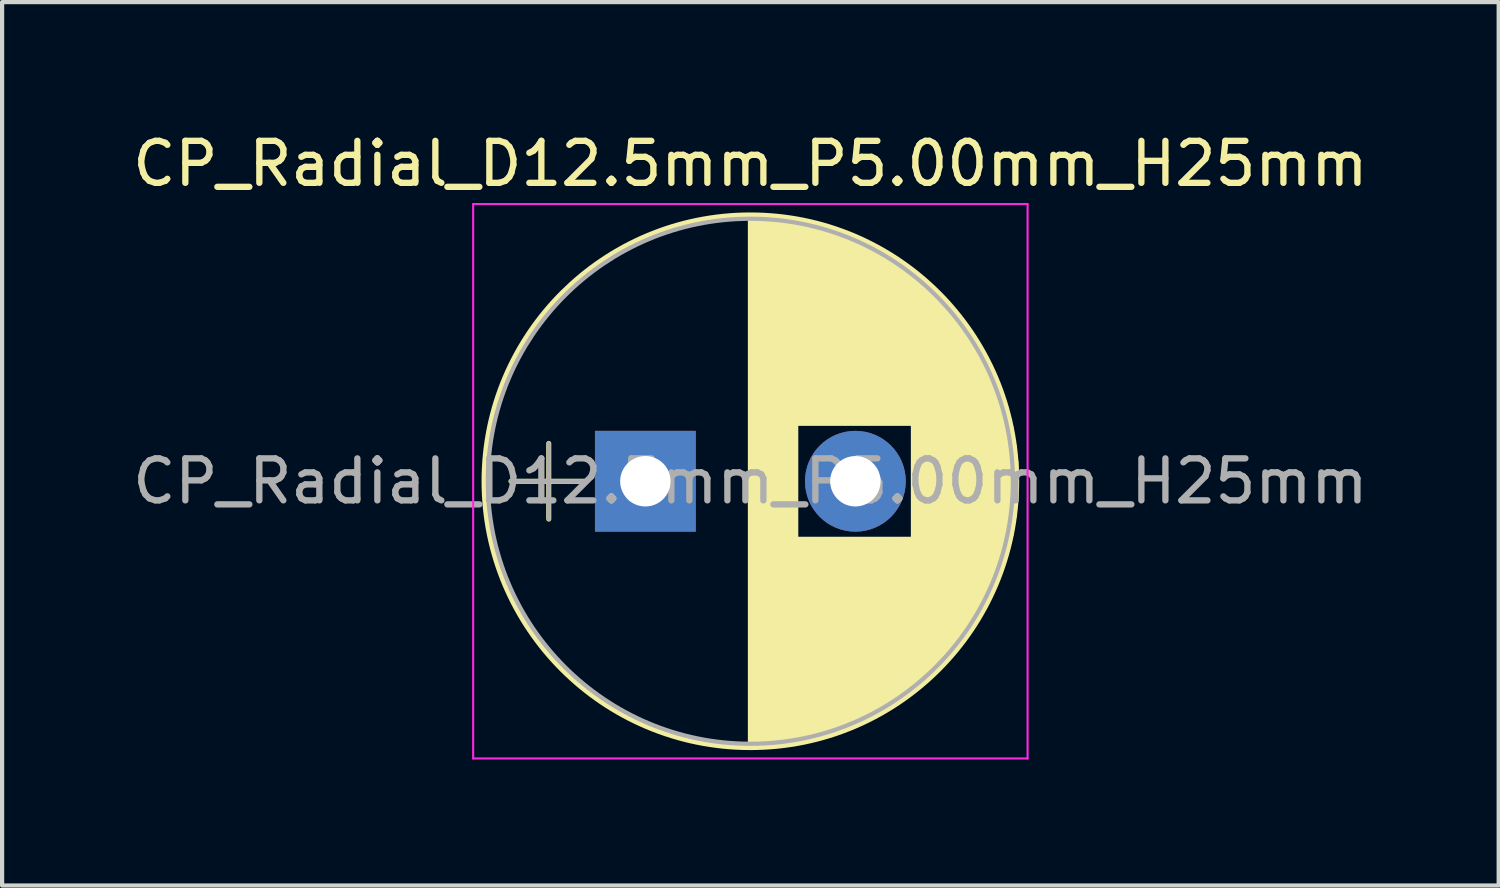
<source format=kicad_pcb>
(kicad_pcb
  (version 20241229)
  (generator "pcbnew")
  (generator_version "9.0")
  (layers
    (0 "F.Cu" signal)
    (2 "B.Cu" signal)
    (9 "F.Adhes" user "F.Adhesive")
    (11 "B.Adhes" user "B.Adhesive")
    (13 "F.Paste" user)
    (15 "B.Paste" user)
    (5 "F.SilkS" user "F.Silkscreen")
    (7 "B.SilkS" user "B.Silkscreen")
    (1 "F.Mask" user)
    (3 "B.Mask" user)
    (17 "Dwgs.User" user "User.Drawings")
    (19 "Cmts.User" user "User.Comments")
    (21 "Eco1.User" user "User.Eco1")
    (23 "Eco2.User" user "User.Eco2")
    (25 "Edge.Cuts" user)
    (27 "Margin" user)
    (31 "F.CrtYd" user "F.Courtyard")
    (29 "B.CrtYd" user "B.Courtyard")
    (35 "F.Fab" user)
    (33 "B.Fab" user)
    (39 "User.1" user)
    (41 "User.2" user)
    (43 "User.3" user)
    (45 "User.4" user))
  (footprint "CP_Radial_D12.5mm_P5.00mm_H25mm"
    (layer "F.Cu")
    (at 12.315 8.408)
    (property "Reference" "CP_Radial_D12.5mm_P5.00mm_H25mm" (at 2.5 -7.56 0) (layer "F.SilkS") (effects (font (size 1 1) (thickness 0.15))))
    (attr through_hole)
    (fp_line (start -3.2 0) (end -1.4 0) (stroke (width 0.12) (type solid)) (layer "F.SilkS"))
    (fp_line (start -2.3 -0.9) (end -2.3 0.9) (stroke (width 0.12) (type solid)) (layer "F.SilkS"))
    (fp_line (start 2.5 -6.3) (end 2.5 6.3) (stroke (width 0.12) (type solid)) (layer "F.SilkS"))
    (fp_line (start 2.54 -6.3) (end 2.54 6.3) (stroke (width 0.12) (type solid)) (layer "F.SilkS"))
    (fp_line (start 2.58 -6.3) (end 2.58 6.3) (stroke (width 0.12) (type solid)) (layer "F.SilkS"))
    (fp_line (start 2.62 -6.299) (end 2.62 6.299) (stroke (width 0.12) (type solid)) (layer "F.SilkS"))
    (fp_line (start 2.66 -6.298) (end 2.66 6.298) (stroke (width 0.12) (type solid)) (layer "F.SilkS"))
    (fp_line (start 2.7 -6.297) (end 2.7 6.297) (stroke (width 0.12) (type solid)) (layer "F.SilkS"))
    (fp_line (start 2.74 -6.296) (end 2.74 6.296) (stroke (width 0.12) (type solid)) (layer "F.SilkS"))
    (fp_line (start 2.78 -6.294) (end 2.78 6.294) (stroke (width 0.12) (type solid)) (layer "F.SilkS"))
    (fp_line (start 2.82 -6.292) (end 2.82 6.292) (stroke (width 0.12) (type solid)) (layer "F.SilkS"))
    (fp_line (start 2.86 -6.29) (end 2.86 6.29) (stroke (width 0.12) (type solid)) (layer "F.SilkS"))
    (fp_line (start 2.9 -6.288) (end 2.9 6.288) (stroke (width 0.12) (type solid)) (layer "F.SilkS"))
    (fp_line (start 2.94 -6.285) (end 2.94 6.285) (stroke (width 0.12) (type solid)) (layer "F.SilkS"))
    (fp_line (start 2.98 -6.282) (end 2.98 6.282) (stroke (width 0.12) (type solid)) (layer "F.SilkS"))
    (fp_line (start 3.02 -6.279) (end 3.02 6.279) (stroke (width 0.12) (type solid)) (layer "F.SilkS"))
    (fp_line (start 3.06 -6.276) (end 3.06 6.276) (stroke (width 0.12) (type solid)) (layer "F.SilkS"))
    (fp_line (start 3.1 -6.272) (end 3.1 6.272) (stroke (width 0.12) (type solid)) (layer "F.SilkS"))
    (fp_line (start 3.14 -6.268) (end 3.14 6.268) (stroke (width 0.12) (type solid)) (layer "F.SilkS"))
    (fp_line (start 3.18 -6.264) (end 3.18 6.264) (stroke (width 0.12) (type solid)) (layer "F.SilkS"))
    (fp_line (start 3.221 -6.259) (end 3.221 6.259) (stroke (width 0.12) (type solid)) (layer "F.SilkS"))
    (fp_line (start 3.261 -6.255) (end 3.261 6.255) (stroke (width 0.12) (type solid)) (layer "F.SilkS"))
    (fp_line (start 3.301 -6.25) (end 3.301 6.25) (stroke (width 0.12) (type solid)) (layer "F.SilkS"))
    (fp_line (start 3.341 -6.245) (end 3.341 6.245) (stroke (width 0.12) (type solid)) (layer "F.SilkS"))
    (fp_line (start 3.381 -6.239) (end 3.381 6.239) (stroke (width 0.12) (type solid)) (layer "F.SilkS"))
    (fp_line (start 3.421 -6.233) (end 3.421 6.233) (stroke (width 0.12) (type solid)) (layer "F.SilkS"))
    (fp_line (start 3.461 -6.227) (end 3.461 6.227) (stroke (width 0.12) (type solid)) (layer "F.SilkS"))
    (fp_line (start 3.501 -6.221) (end 3.501 6.221) (stroke (width 0.12) (type solid)) (layer "F.SilkS"))
    (fp_line (start 3.541 -6.215) (end 3.541 6.215) (stroke (width 0.12) (type solid)) (layer "F.SilkS"))
    (fp_line (start 3.581 -6.208) (end 3.581 6.208) (stroke (width 0.12) (type solid)) (layer "F.SilkS"))
    (fp_line (start 3.621 -6.201) (end 3.621 -1.38) (stroke (width 0.12) (type solid)) (layer "F.SilkS"))
    (fp_line (start 3.621 1.38) (end 3.621 6.201) (stroke (width 0.12) (type solid)) (layer "F.SilkS"))
    (fp_line (start 3.661 -6.193) (end 3.661 -1.38) (stroke (width 0.12) (type solid)) (layer "F.SilkS"))
    (fp_line (start 3.661 1.38) (end 3.661 6.193) (stroke (width 0.12) (type solid)) (layer "F.SilkS"))
    (fp_line (start 3.701 -6.186) (end 3.701 -1.38) (stroke (width 0.12) (type solid)) (layer "F.SilkS"))
    (fp_line (start 3.701 1.38) (end 3.701 6.186) (stroke (width 0.12) (type solid)) (layer "F.SilkS"))
    (fp_line (start 3.741 -6.178) (end 3.741 -1.38) (stroke (width 0.12) (type solid)) (layer "F.SilkS"))
    (fp_line (start 3.741 1.38) (end 3.741 6.178) (stroke (width 0.12) (type solid)) (layer "F.SilkS"))
    (fp_line (start 3.781 -6.17) (end 3.781 -1.38) (stroke (width 0.12) (type solid)) (layer "F.SilkS"))
    (fp_line (start 3.781 1.38) (end 3.781 6.17) (stroke (width 0.12) (type solid)) (layer "F.SilkS"))
    (fp_line (start 3.821 -6.162) (end 3.821 -1.38) (stroke (width 0.12) (type solid)) (layer "F.SilkS"))
    (fp_line (start 3.821 1.38) (end 3.821 6.162) (stroke (width 0.12) (type solid)) (layer "F.SilkS"))
    (fp_line (start 3.861 -6.153) (end 3.861 -1.38) (stroke (width 0.12) (type solid)) (layer "F.SilkS"))
    (fp_line (start 3.861 1.38) (end 3.861 6.153) (stroke (width 0.12) (type solid)) (layer "F.SilkS"))
    (fp_line (start 3.901 -6.144) (end 3.901 -1.38) (stroke (width 0.12) (type solid)) (layer "F.SilkS"))
    (fp_line (start 3.901 1.38) (end 3.901 6.144) (stroke (width 0.12) (type solid)) (layer "F.SilkS"))
    (fp_line (start 3.941 -6.135) (end 3.941 -1.38) (stroke (width 0.12) (type solid)) (layer "F.SilkS"))
    (fp_line (start 3.941 1.38) (end 3.941 6.135) (stroke (width 0.12) (type solid)) (layer "F.SilkS"))
    (fp_line (start 3.981 -6.125) (end 3.981 -1.38) (stroke (width 0.12) (type solid)) (layer "F.SilkS"))
    (fp_line (start 3.981 1.38) (end 3.981 6.125) (stroke (width 0.12) (type solid)) (layer "F.SilkS"))
    (fp_line (start 4.021 -6.116) (end 4.021 -1.38) (stroke (width 0.12) (type solid)) (layer "F.SilkS"))
    (fp_line (start 4.021 1.38) (end 4.021 6.116) (stroke (width 0.12) (type solid)) (layer "F.SilkS"))
    (fp_line (start 4.061 -6.106) (end 4.061 -1.38) (stroke (width 0.12) (type solid)) (layer "F.SilkS"))
    (fp_line (start 4.061 1.38) (end 4.061 6.106) (stroke (width 0.12) (type solid)) (layer "F.SilkS"))
    (fp_line (start 4.101 -6.095) (end 4.101 -1.38) (stroke (width 0.12) (type solid)) (layer "F.SilkS"))
    (fp_line (start 4.101 1.38) (end 4.101 6.095) (stroke (width 0.12) (type solid)) (layer "F.SilkS"))
    (fp_line (start 4.141 -6.085) (end 4.141 -1.38) (stroke (width 0.12) (type solid)) (layer "F.SilkS"))
    (fp_line (start 4.141 1.38) (end 4.141 6.085) (stroke (width 0.12) (type solid)) (layer "F.SilkS"))
    (fp_line (start 4.181 -6.074) (end 4.181 -1.38) (stroke (width 0.12) (type solid)) (layer "F.SilkS"))
    (fp_line (start 4.181 1.38) (end 4.181 6.074) (stroke (width 0.12) (type solid)) (layer "F.SilkS"))
    (fp_line (start 4.221 -6.063) (end 4.221 -1.38) (stroke (width 0.12) (type solid)) (layer "F.SilkS"))
    (fp_line (start 4.221 1.38) (end 4.221 6.063) (stroke (width 0.12) (type solid)) (layer "F.SilkS"))
    (fp_line (start 4.261 -6.051) (end 4.261 -1.38) (stroke (width 0.12) (type solid)) (layer "F.SilkS"))
    (fp_line (start 4.261 1.38) (end 4.261 6.051) (stroke (width 0.12) (type solid)) (layer "F.SilkS"))
    (fp_line (start 4.301 -6.04) (end 4.301 -1.38) (stroke (width 0.12) (type solid)) (layer "F.SilkS"))
    (fp_line (start 4.301 1.38) (end 4.301 6.04) (stroke (width 0.12) (type solid)) (layer "F.SilkS"))
    (fp_line (start 4.341 -6.028) (end 4.341 -1.38) (stroke (width 0.12) (type solid)) (layer "F.SilkS"))
    (fp_line (start 4.341 1.38) (end 4.341 6.028) (stroke (width 0.12) (type solid)) (layer "F.SilkS"))
    (fp_line (start 4.381 -6.015) (end 4.381 -1.38) (stroke (width 0.12) (type solid)) (layer "F.SilkS"))
    (fp_line (start 4.381 1.38) (end 4.381 6.015) (stroke (width 0.12) (type solid)) (layer "F.SilkS"))
    (fp_line (start 4.421 -6.003) (end 4.421 -1.38) (stroke (width 0.12) (type solid)) (layer "F.SilkS"))
    (fp_line (start 4.421 1.38) (end 4.421 6.003) (stroke (width 0.12) (type solid)) (layer "F.SilkS"))
    (fp_line (start 4.461 -5.99) (end 4.461 -1.38) (stroke (width 0.12) (type solid)) (layer "F.SilkS"))
    (fp_line (start 4.461 1.38) (end 4.461 5.99) (stroke (width 0.12) (type solid)) (layer "F.SilkS"))
    (fp_line (start 4.501 -5.977) (end 4.501 -1.38) (stroke (width 0.12) (type solid)) (layer "F.SilkS"))
    (fp_line (start 4.501 1.38) (end 4.501 5.977) (stroke (width 0.12) (type solid)) (layer "F.SilkS"))
    (fp_line (start 4.541 -5.963) (end 4.541 -1.38) (stroke (width 0.12) (type solid)) (layer "F.SilkS"))
    (fp_line (start 4.541 1.38) (end 4.541 5.963) (stroke (width 0.12) (type solid)) (layer "F.SilkS"))
    (fp_line (start 4.581 -5.95) (end 4.581 -1.38) (stroke (width 0.12) (type solid)) (layer "F.SilkS"))
    (fp_line (start 4.581 1.38) (end 4.581 5.95) (stroke (width 0.12) (type solid)) (layer "F.SilkS"))
    (fp_line (start 4.621 -5.936) (end 4.621 -1.38) (stroke (width 0.12) (type solid)) (layer "F.SilkS"))
    (fp_line (start 4.621 1.38) (end 4.621 5.936) (stroke (width 0.12) (type solid)) (layer "F.SilkS"))
    (fp_line (start 4.661 -5.921) (end 4.661 -1.38) (stroke (width 0.12) (type solid)) (layer "F.SilkS"))
    (fp_line (start 4.661 1.38) (end 4.661 5.921) (stroke (width 0.12) (type solid)) (layer "F.SilkS"))
    (fp_line (start 4.701 -5.907) (end 4.701 -1.38) (stroke (width 0.12) (type solid)) (layer "F.SilkS"))
    (fp_line (start 4.701 1.38) (end 4.701 5.907) (stroke (width 0.12) (type solid)) (layer "F.SilkS"))
    (fp_line (start 4.741 -5.892) (end 4.741 -1.38) (stroke (width 0.12) (type solid)) (layer "F.SilkS"))
    (fp_line (start 4.741 1.38) (end 4.741 5.892) (stroke (width 0.12) (type solid)) (layer "F.SilkS"))
    (fp_line (start 4.781 -5.876) (end 4.781 -1.38) (stroke (width 0.12) (type solid)) (layer "F.SilkS"))
    (fp_line (start 4.781 1.38) (end 4.781 5.876) (stroke (width 0.12) (type solid)) (layer "F.SilkS"))
    (fp_line (start 4.821 -5.861) (end 4.821 -1.38) (stroke (width 0.12) (type solid)) (layer "F.SilkS"))
    (fp_line (start 4.821 1.38) (end 4.821 5.861) (stroke (width 0.12) (type solid)) (layer "F.SilkS"))
    (fp_line (start 4.861 -5.845) (end 4.861 -1.38) (stroke (width 0.12) (type solid)) (layer "F.SilkS"))
    (fp_line (start 4.861 1.38) (end 4.861 5.845) (stroke (width 0.12) (type solid)) (layer "F.SilkS"))
    (fp_line (start 4.901 -5.829) (end 4.901 -1.38) (stroke (width 0.12) (type solid)) (layer "F.SilkS"))
    (fp_line (start 4.901 1.38) (end 4.901 5.829) (stroke (width 0.12) (type solid)) (layer "F.SilkS"))
    (fp_line (start 4.941 -5.812) (end 4.941 -1.38) (stroke (width 0.12) (type solid)) (layer "F.SilkS"))
    (fp_line (start 4.941 1.38) (end 4.941 5.812) (stroke (width 0.12) (type solid)) (layer "F.SilkS"))
    (fp_line (start 4.981 -5.795) (end 4.981 -1.38) (stroke (width 0.12) (type solid)) (layer "F.SilkS"))
    (fp_line (start 4.981 1.38) (end 4.981 5.795) (stroke (width 0.12) (type solid)) (layer "F.SilkS"))
    (fp_line (start 5.021 -5.778) (end 5.021 -1.38) (stroke (width 0.12) (type solid)) (layer "F.SilkS"))
    (fp_line (start 5.021 1.38) (end 5.021 5.778) (stroke (width 0.12) (type solid)) (layer "F.SilkS"))
    (fp_line (start 5.061 -5.761) (end 5.061 -1.38) (stroke (width 0.12) (type solid)) (layer "F.SilkS"))
    (fp_line (start 5.061 1.38) (end 5.061 5.761) (stroke (width 0.12) (type solid)) (layer "F.SilkS"))
    (fp_line (start 5.101 -5.743) (end 5.101 -1.38) (stroke (width 0.12) (type solid)) (layer "F.SilkS"))
    (fp_line (start 5.101 1.38) (end 5.101 5.743) (stroke (width 0.12) (type solid)) (layer "F.SilkS"))
    (fp_line (start 5.141 -5.725) (end 5.141 -1.38) (stroke (width 0.12) (type solid)) (layer "F.SilkS"))
    (fp_line (start 5.141 1.38) (end 5.141 5.725) (stroke (width 0.12) (type solid)) (layer "F.SilkS"))
    (fp_line (start 5.181 -5.706) (end 5.181 -1.38) (stroke (width 0.12) (type solid)) (layer "F.SilkS"))
    (fp_line (start 5.181 1.38) (end 5.181 5.706) (stroke (width 0.12) (type solid)) (layer "F.SilkS"))
    (fp_line (start 5.221 -5.687) (end 5.221 -1.38) (stroke (width 0.12) (type solid)) (layer "F.SilkS"))
    (fp_line (start 5.221 1.38) (end 5.221 5.687) (stroke (width 0.12) (type solid)) (layer "F.SilkS"))
    (fp_line (start 5.261 -5.668) (end 5.261 -1.38) (stroke (width 0.12) (type solid)) (layer "F.SilkS"))
    (fp_line (start 5.261 1.38) (end 5.261 5.668) (stroke (width 0.12) (type solid)) (layer "F.SilkS"))
    (fp_line (start 5.301 -5.649) (end 5.301 -1.38) (stroke (width 0.12) (type solid)) (layer "F.SilkS"))
    (fp_line (start 5.301 1.38) (end 5.301 5.649) (stroke (width 0.12) (type solid)) (layer "F.SilkS"))
    (fp_line (start 5.341 -5.629) (end 5.341 -1.38) (stroke (width 0.12) (type solid)) (layer "F.SilkS"))
    (fp_line (start 5.341 1.38) (end 5.341 5.629) (stroke (width 0.12) (type solid)) (layer "F.SilkS"))
    (fp_line (start 5.381 -5.609) (end 5.381 -1.38) (stroke (width 0.12) (type solid)) (layer "F.SilkS"))
    (fp_line (start 5.381 1.38) (end 5.381 5.609) (stroke (width 0.12) (type solid)) (layer "F.SilkS"))
    (fp_line (start 5.421 -5.588) (end 5.421 -1.38) (stroke (width 0.12) (type solid)) (layer "F.SilkS"))
    (fp_line (start 5.421 1.38) (end 5.421 5.588) (stroke (width 0.12) (type solid)) (layer "F.SilkS"))
    (fp_line (start 5.461 -5.567) (end 5.461 -1.38) (stroke (width 0.12) (type solid)) (layer "F.SilkS"))
    (fp_line (start 5.461 1.38) (end 5.461 5.567) (stroke (width 0.12) (type solid)) (layer "F.SilkS"))
    (fp_line (start 5.501 -5.546) (end 5.501 -1.38) (stroke (width 0.12) (type solid)) (layer "F.SilkS"))
    (fp_line (start 5.501 1.38) (end 5.501 5.546) (stroke (width 0.12) (type solid)) (layer "F.SilkS"))
    (fp_line (start 5.541 -5.524) (end 5.541 -1.38) (stroke (width 0.12) (type solid)) (layer "F.SilkS"))
    (fp_line (start 5.541 1.38) (end 5.541 5.524) (stroke (width 0.12) (type solid)) (layer "F.SilkS"))
    (fp_line (start 5.581 -5.502) (end 5.581 -1.38) (stroke (width 0.12) (type solid)) (layer "F.SilkS"))
    (fp_line (start 5.581 1.38) (end 5.581 5.502) (stroke (width 0.12) (type solid)) (layer "F.SilkS"))
    (fp_line (start 5.621 -5.48) (end 5.621 -1.38) (stroke (width 0.12) (type solid)) (layer "F.SilkS"))
    (fp_line (start 5.621 1.38) (end 5.621 5.48) (stroke (width 0.12) (type solid)) (layer "F.SilkS"))
    (fp_line (start 5.661 -5.457) (end 5.661 -1.38) (stroke (width 0.12) (type solid)) (layer "F.SilkS"))
    (fp_line (start 5.661 1.38) (end 5.661 5.457) (stroke (width 0.12) (type solid)) (layer "F.SilkS"))
    (fp_line (start 5.701 -5.434) (end 5.701 -1.38) (stroke (width 0.12) (type solid)) (layer "F.SilkS"))
    (fp_line (start 5.701 1.38) (end 5.701 5.434) (stroke (width 0.12) (type solid)) (layer "F.SilkS"))
    (fp_line (start 5.741 -5.41) (end 5.741 -1.38) (stroke (width 0.12) (type solid)) (layer "F.SilkS"))
    (fp_line (start 5.741 1.38) (end 5.741 5.41) (stroke (width 0.12) (type solid)) (layer "F.SilkS"))
    (fp_line (start 5.781 -5.386) (end 5.781 -1.38) (stroke (width 0.12) (type solid)) (layer "F.SilkS"))
    (fp_line (start 5.781 1.38) (end 5.781 5.386) (stroke (width 0.12) (type solid)) (layer "F.SilkS"))
    (fp_line (start 5.821 -5.362) (end 5.821 -1.38) (stroke (width 0.12) (type solid)) (layer "F.SilkS"))
    (fp_line (start 5.821 1.38) (end 5.821 5.362) (stroke (width 0.12) (type solid)) (layer "F.SilkS"))
    (fp_line (start 5.861 -5.337) (end 5.861 -1.38) (stroke (width 0.12) (type solid)) (layer "F.SilkS"))
    (fp_line (start 5.861 1.38) (end 5.861 5.337) (stroke (width 0.12) (type solid)) (layer "F.SilkS"))
    (fp_line (start 5.901 -5.312) (end 5.901 -1.38) (stroke (width 0.12) (type solid)) (layer "F.SilkS"))
    (fp_line (start 5.901 1.38) (end 5.901 5.312) (stroke (width 0.12) (type solid)) (layer "F.SilkS"))
    (fp_line (start 5.941 -5.286) (end 5.941 -1.38) (stroke (width 0.12) (type solid)) (layer "F.SilkS"))
    (fp_line (start 5.941 1.38) (end 5.941 5.286) (stroke (width 0.12) (type solid)) (layer "F.SilkS"))
    (fp_line (start 5.981 -5.26) (end 5.981 -1.38) (stroke (width 0.12) (type solid)) (layer "F.SilkS"))
    (fp_line (start 5.981 1.38) (end 5.981 5.26) (stroke (width 0.12) (type solid)) (layer "F.SilkS"))
    (fp_line (start 6.021 -5.234) (end 6.021 -1.38) (stroke (width 0.12) (type solid)) (layer "F.SilkS"))
    (fp_line (start 6.021 1.38) (end 6.021 5.234) (stroke (width 0.12) (type solid)) (layer "F.SilkS"))
    (fp_line (start 6.061 -5.207) (end 6.061 -1.38) (stroke (width 0.12) (type solid)) (layer "F.SilkS"))
    (fp_line (start 6.061 1.38) (end 6.061 5.207) (stroke (width 0.12) (type solid)) (layer "F.SilkS"))
    (fp_line (start 6.101 -5.179) (end 6.101 -1.38) (stroke (width 0.12) (type solid)) (layer "F.SilkS"))
    (fp_line (start 6.101 1.38) (end 6.101 5.179) (stroke (width 0.12) (type solid)) (layer "F.SilkS"))
    (fp_line (start 6.141 -5.151) (end 6.141 -1.38) (stroke (width 0.12) (type solid)) (layer "F.SilkS"))
    (fp_line (start 6.141 1.38) (end 6.141 5.151) (stroke (width 0.12) (type solid)) (layer "F.SilkS"))
    (fp_line (start 6.181 -5.123) (end 6.181 -1.38) (stroke (width 0.12) (type solid)) (layer "F.SilkS"))
    (fp_line (start 6.181 1.38) (end 6.181 5.123) (stroke (width 0.12) (type solid)) (layer "F.SilkS"))
    (fp_line (start 6.221 -5.094) (end 6.221 -1.38) (stroke (width 0.12) (type solid)) (layer "F.SilkS"))
    (fp_line (start 6.221 1.38) (end 6.221 5.094) (stroke (width 0.12) (type solid)) (layer "F.SilkS"))
    (fp_line (start 6.261 -5.065) (end 6.261 -1.38) (stroke (width 0.12) (type solid)) (layer "F.SilkS"))
    (fp_line (start 6.261 1.38) (end 6.261 5.065) (stroke (width 0.12) (type solid)) (layer "F.SilkS"))
    (fp_line (start 6.301 -5.035) (end 6.301 -1.38) (stroke (width 0.12) (type solid)) (layer "F.SilkS"))
    (fp_line (start 6.301 1.38) (end 6.301 5.035) (stroke (width 0.12) (type solid)) (layer "F.SilkS"))
    (fp_line (start 6.341 -5.005) (end 6.341 -1.38) (stroke (width 0.12) (type solid)) (layer "F.SilkS"))
    (fp_line (start 6.341 1.38) (end 6.341 5.005) (stroke (width 0.12) (type solid)) (layer "F.SilkS"))
    (fp_line (start 6.381 -4.975) (end 6.381 4.975) (stroke (width 0.12) (type solid)) (layer "F.SilkS"))
    (fp_line (start 6.421 -4.943) (end 6.421 4.943) (stroke (width 0.12) (type solid)) (layer "F.SilkS"))
    (fp_line (start 6.461 -4.912) (end 6.461 4.912) (stroke (width 0.12) (type solid)) (layer "F.SilkS"))
    (fp_line (start 6.501 -4.879) (end 6.501 4.879) (stroke (width 0.12) (type solid)) (layer "F.SilkS"))
    (fp_line (start 6.541 -4.847) (end 6.541 4.847) (stroke (width 0.12) (type solid)) (layer "F.SilkS"))
    (fp_line (start 6.581 -4.813) (end 6.581 4.813) (stroke (width 0.12) (type solid)) (layer "F.SilkS"))
    (fp_line (start 6.621 -4.779) (end 6.621 4.779) (stroke (width 0.12) (type solid)) (layer "F.SilkS"))
    (fp_line (start 6.661 -4.745) (end 6.661 4.745) (stroke (width 0.12) (type solid)) (layer "F.SilkS"))
    (fp_line (start 6.701 -4.71) (end 6.701 4.71) (stroke (width 0.12) (type solid)) (layer "F.SilkS"))
    (fp_line (start 6.741 -4.674) (end 6.741 4.674) (stroke (width 0.12) (type solid)) (layer "F.SilkS"))
    (fp_line (start 6.781 -4.638) (end 6.781 4.638) (stroke (width 0.12) (type solid)) (layer "F.SilkS"))
    (fp_line (start 6.821 -4.601) (end 6.821 4.601) (stroke (width 0.12) (type solid)) (layer "F.SilkS"))
    (fp_line (start 6.861 -4.563) (end 6.861 4.563) (stroke (width 0.12) (type solid)) (layer "F.SilkS"))
    (fp_line (start 6.901 -4.525) (end 6.901 4.525) (stroke (width 0.12) (type solid)) (layer "F.SilkS"))
    (fp_line (start 6.941 -4.486) (end 6.941 4.486) (stroke (width 0.12) (type solid)) (layer "F.SilkS"))
    (fp_line (start 6.981 -4.447) (end 6.981 4.447) (stroke (width 0.12) (type solid)) (layer "F.SilkS"))
    (fp_line (start 7.021 -4.406) (end 7.021 4.406) (stroke (width 0.12) (type solid)) (layer "F.SilkS"))
    (fp_line (start 7.061 -4.365) (end 7.061 4.365) (stroke (width 0.12) (type solid)) (layer "F.SilkS"))
    (fp_line (start 7.101 -4.323) (end 7.101 4.323) (stroke (width 0.12) (type solid)) (layer "F.SilkS"))
    (fp_line (start 7.141 -4.281) (end 7.141 4.281) (stroke (width 0.12) (type solid)) (layer "F.SilkS"))
    (fp_line (start 7.181 -4.238) (end 7.181 4.238) (stroke (width 0.12) (type solid)) (layer "F.SilkS"))
    (fp_line (start 7.221 -4.193) (end 7.221 4.193) (stroke (width 0.12) (type solid)) (layer "F.SilkS"))
    (fp_line (start 7.261 -4.148) (end 7.261 4.148) (stroke (width 0.12) (type solid)) (layer "F.SilkS"))
    (fp_line (start 7.301 -4.102) (end 7.301 4.102) (stroke (width 0.12) (type solid)) (layer "F.SilkS"))
    (fp_line (start 7.341 -4.056) (end 7.341 4.056) (stroke (width 0.12) (type solid)) (layer "F.SilkS"))
    (fp_line (start 7.381 -4.008) (end 7.381 4.008) (stroke (width 0.12) (type solid)) (layer "F.SilkS"))
    (fp_line (start 7.421 -3.959) (end 7.421 3.959) (stroke (width 0.12) (type solid)) (layer "F.SilkS"))
    (fp_line (start 7.461 -3.909) (end 7.461 3.909) (stroke (width 0.12) (type solid)) (layer "F.SilkS"))
    (fp_line (start 7.501 -3.859) (end 7.501 3.859) (stroke (width 0.12) (type solid)) (layer "F.SilkS"))
    (fp_line (start 7.541 -3.807) (end 7.541 3.807) (stroke (width 0.12) (type solid)) (layer "F.SilkS"))
    (fp_line (start 7.581 -3.754) (end 7.581 3.754) (stroke (width 0.12) (type solid)) (layer "F.SilkS"))
    (fp_line (start 7.621 -3.7) (end 7.621 3.7) (stroke (width 0.12) (type solid)) (layer "F.SilkS"))
    (fp_line (start 7.661 -3.644) (end 7.661 3.644) (stroke (width 0.12) (type solid)) (layer "F.SilkS"))
    (fp_line (start 7.701 -3.588) (end 7.701 3.588) (stroke (width 0.12) (type solid)) (layer "F.SilkS"))
    (fp_line (start 7.741 -3.53) (end 7.741 3.53) (stroke (width 0.12) (type solid)) (layer "F.SilkS"))
    (fp_line (start 7.781 -3.47) (end 7.781 3.47) (stroke (width 0.12) (type solid)) (layer "F.SilkS"))
    (fp_line (start 7.821 -3.409) (end 7.821 3.409) (stroke (width 0.12) (type solid)) (layer "F.SilkS"))
    (fp_line (start 7.861 -3.347) (end 7.861 3.347) (stroke (width 0.12) (type solid)) (layer "F.SilkS"))
    (fp_line (start 7.901 -3.282) (end 7.901 3.282) (stroke (width 0.12) (type solid)) (layer "F.SilkS"))
    (fp_line (start 7.941 -3.217) (end 7.941 3.217) (stroke (width 0.12) (type solid)) (layer "F.SilkS"))
    (fp_line (start 7.981 -3.149) (end 7.981 3.149) (stroke (width 0.12) (type solid)) (layer "F.SilkS"))
    (fp_line (start 8.021 -3.079) (end 8.021 3.079) (stroke (width 0.12) (type solid)) (layer "F.SilkS"))
    (fp_line (start 8.061 -3.007) (end 8.061 3.007) (stroke (width 0.12) (type solid)) (layer "F.SilkS"))
    (fp_line (start 8.101 -2.933) (end 8.101 2.933) (stroke (width 0.12) (type solid)) (layer "F.SilkS"))
    (fp_line (start 8.141 -2.856) (end 8.141 2.856) (stroke (width 0.12) (type solid)) (layer "F.SilkS"))
    (fp_line (start 8.181 -2.777) (end 8.181 2.777) (stroke (width 0.12) (type solid)) (layer "F.SilkS"))
    (fp_line (start 8.221 -2.695) (end 8.221 2.695) (stroke (width 0.12) (type solid)) (layer "F.SilkS"))
    (fp_line (start 8.261 -2.61) (end 8.261 2.61) (stroke (width 0.12) (type solid)) (layer "F.SilkS"))
    (fp_line (start 8.301 -2.521) (end 8.301 2.521) (stroke (width 0.12) (type solid)) (layer "F.SilkS"))
    (fp_line (start 8.341 -2.428) (end 8.341 2.428) (stroke (width 0.12) (type solid)) (layer "F.SilkS"))
    (fp_line (start 8.381 -2.331) (end 8.381 2.331) (stroke (width 0.12) (type solid)) (layer "F.SilkS"))
    (fp_line (start 8.421 -2.23) (end 8.421 2.23) (stroke (width 0.12) (type solid)) (layer "F.SilkS"))
    (fp_line (start 8.461 -2.122) (end 8.461 2.122) (stroke (width 0.12) (type solid)) (layer "F.SilkS"))
    (fp_line (start 8.501 -2.009) (end 8.501 2.009) (stroke (width 0.12) (type solid)) (layer "F.SilkS"))
    (fp_line (start 8.541 -1.888) (end 8.541 1.888) (stroke (width 0.12) (type solid)) (layer "F.SilkS"))
    (fp_line (start 8.581 -1.757) (end 8.581 1.757) (stroke (width 0.12) (type solid)) (layer "F.SilkS"))
    (fp_line (start 8.621 -1.616) (end 8.621 1.616) (stroke (width 0.12) (type solid)) (layer "F.SilkS"))
    (fp_line (start 8.661 -1.46) (end 8.661 1.46) (stroke (width 0.12) (type solid)) (layer "F.SilkS"))
    (fp_line (start 8.701 -1.285) (end 8.701 1.285) (stroke (width 0.12) (type solid)) (layer "F.SilkS"))
    (fp_line (start 8.741 -1.082) (end 8.741 1.082) (stroke (width 0.12) (type solid)) (layer "F.SilkS"))
    (fp_line (start 8.781 -0.831) (end 8.781 0.831) (stroke (width 0.12) (type solid)) (layer "F.SilkS"))
    (fp_line (start 8.821 -0.464) (end 8.821 0.464) (stroke (width 0.12) (type solid)) (layer "F.SilkS"))
    (fp_circle (center 2.5 0) (end 8.84 0) (stroke (width 0.12) (type solid)) (fill no) (layer "F.SilkS"))
    (fp_line (start -4.1 -6.6) (end -4.1 6.6) (stroke (width 0.05) (type solid)) (layer "F.CrtYd"))
    (fp_line (start -4.1 6.6) (end 9.1 6.6) (stroke (width 0.05) (type solid)) (layer "F.CrtYd"))
    (fp_line (start 9.1 -6.6) (end -4.1 -6.6) (stroke (width 0.05) (type solid)) (layer "F.CrtYd"))
    (fp_line (start 9.1 6.6) (end 9.1 -6.6) (stroke (width 0.05) (type solid)) (layer "F.CrtYd"))
    (fp_line (start -3.2 0) (end -1.4 0) (stroke (width 0.1) (type solid)) (layer "F.Fab"))
    (fp_line (start -2.3 -0.9) (end -2.3 0.9) (stroke (width 0.1) (type solid)) (layer "F.Fab"))
    (fp_circle (center 2.5 0) (end 8.75 0) (stroke (width 0.1) (type solid)) (fill no) (layer "F.Fab"))
    (fp_text user "${REFERENCE}" (at 2.5 0 0) (layer "F.Fab") (effects (font (size 1 1) (thickness 0.15))))
    (pad "1" thru_hole rect (at 0 0) (size 2.4 2.4) (drill 1.2) (layers "*.Cu" "*.Mask"))
    (pad "2" thru_hole circle (at 5 0) (size 2.4 2.4) (drill 1.2) (layers "*.Cu" "*.Mask")))
  (gr_rect
    (start -3 -3)
    (end 32.631 18.033)
    (stroke (width 0.1) (type default))
    (fill no)
    (layer "Edge.Cuts")))
</source>
